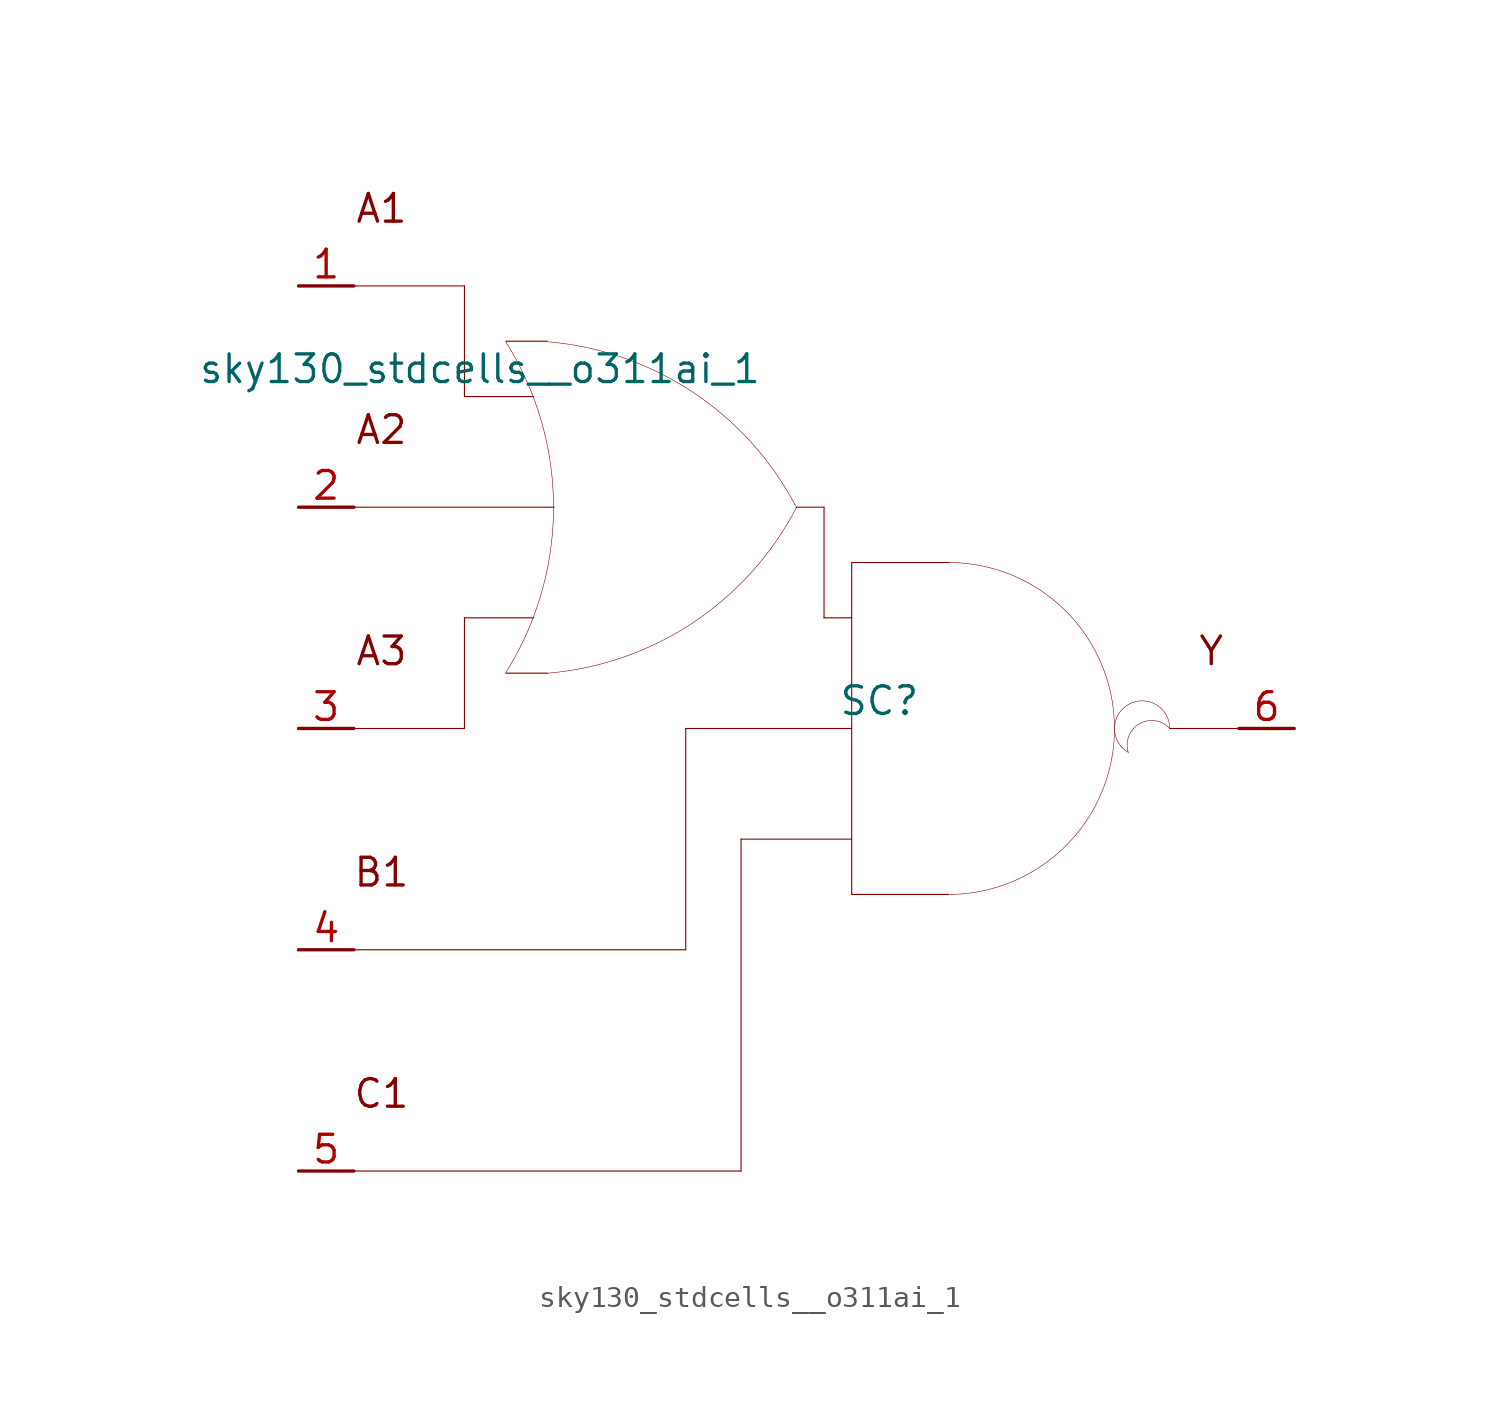
<source format=kicad_sym>
(kicad_symbol_lib
  (version 20211014)
  (generator kicad_symbol_editor)
  (symbol "sky130_stdcells__o311ai_1"
    (pin_names hide)
    (property "Reference" "SC"
      (at 3.81 1.27 0)
      (effects (font (size 1.27 1.27))))
    (property "Value" "sky130_stdcells__o311ai_1"
      (at -1.575 16.51 0)
      (effects (font (size 1.27 1.27)) (justify right)))
    (symbol "sky130_stdcells__o311ai_1_0_0"
      (arc (start -13.3555 2.5458) (mid -12.698 3.702) (end -12.1512 4.9144) (stroke (width 0.0254) (type default) (color 0 0 0 0)) (fill (type none)))
      (arc (start -12.1512 4.9144) (mid -11.7163 6.1845) (end -11.403 7.4899) (stroke (width 0.0254) (type default) (color 0 0 0 0)) (fill (type none)))
      (arc (start -12.133 15.3593) (mid -12.6812 16.5848) (end -13.3423 17.7532) (stroke (width 0.0254) (type default) (color 0 0 0 0)) (fill (type none)))
      (arc (start -11.435 2.5369) (mid -4.741 4.8614) (end -0.0041 10.1316) (stroke (width 0.0254) (type default) (color 0 0 0 0)) (fill (type none)))
      (arc (start -11.403 7.4899) (mid -11.2138 8.819) (end -11.1506 10.16) (stroke (width 0.0254) (type default) (color 0 0 0 0)) (fill (type none)))
      (arc (start -11.3984 12.8056) (mid -11.7061 14.0996) (end -12.133 15.3593) (stroke (width 0.0254) (type default) (color 0 0 0 0)) (fill (type none)))
      (arc (start -11.1506 10.16) (mid -11.2127 11.4886) (end -11.3984 12.8056) (stroke (width 0.0254) (type default) (color 0 0 0 0)) (fill (type none)))
      (polyline (pts (xy -20.32 -20.32) (xy -2.54 -20.32)) (stroke (width 0.051) (type default) (color 0 0 0 0)) (fill (type none)))
      (polyline (pts (xy -20.32 -10.16) (xy -5.08 -10.16)) (stroke (width 0.051) (type default) (color 0 0 0 0)) (fill (type none)))
      (polyline (pts (xy -20.32 0) (xy -15.24 0)) (stroke (width 0.051) (type default) (color 0 0 0 0)) (fill (type none)))
      (polyline (pts (xy -20.32 10.16) (xy -11.125 10.16)) (stroke (width 0.051) (type default) (color 0 0 0 0)) (fill (type none)))
      (polyline (pts (xy -20.32 20.32) (xy -15.24 20.32)) (stroke (width 0.051) (type default) (color 0 0 0 0)) (fill (type none)))
      (polyline (pts (xy -15.24 5.08) (xy -15.24 0)) (stroke (width 0.051) (type default) (color 0 0 0 0)) (fill (type none)))
      (polyline (pts (xy -15.24 5.08) (xy -12.065 5.08)) (stroke (width 0.051) (type default) (color 0 0 0 0)) (fill (type none)))
      (polyline (pts (xy -15.24 15.24) (xy -12.065 15.24)) (stroke (width 0.051) (type default) (color 0 0 0 0)) (fill (type none)))
      (polyline (pts (xy -15.24 20.32) (xy -15.24 15.24)) (stroke (width 0.051) (type default) (color 0 0 0 0)) (fill (type none)))
      (polyline (pts (xy -13.335 2.54) (xy -11.43 2.54)) (stroke (width 0.051) (type default) (color 0 0 0 0)) (fill (type none)))
      (polyline (pts (xy -13.335 17.78) (xy -11.43 17.78)) (stroke (width 0.051) (type default) (color 0 0 0 0)) (fill (type none)))
      (polyline (pts (xy -5.08 0) (xy -5.08 -10.16)) (stroke (width 0.051) (type default) (color 0 0 0 0)) (fill (type none)))
      (polyline (pts (xy -5.08 0) (xy 2.54 0)) (stroke (width 0.051) (type default) (color 0 0 0 0)) (fill (type none)))
      (polyline (pts (xy -2.54 -5.08) (xy -2.54 -20.32)) (stroke (width 0.051) (type default) (color 0 0 0 0)) (fill (type none)))
      (polyline (pts (xy -2.54 -5.08) (xy 2.54 -5.08)) (stroke (width 0.051) (type default) (color 0 0 0 0)) (fill (type none)))
      (polyline (pts (xy 0 10.16) (xy 1.27 10.16)) (stroke (width 0.051) (type default) (color 0 0 0 0)) (fill (type none)))
      (polyline (pts (xy 1.27 5.08) (xy 2.54 5.08)) (stroke (width 0.051) (type default) (color 0 0 0 0)) (fill (type none)))
      (polyline (pts (xy 1.27 10.16) (xy 1.27 5.08)) (stroke (width 0.051) (type default) (color 0 0 0 0)) (fill (type none)))
      (polyline (pts (xy 2.54 -7.62) (xy 6.985 -7.62)) (stroke (width 0.051) (type default) (color 0 0 0 0)) (fill (type none)))
      (polyline (pts (xy 2.54 7.62) (xy 2.54 -7.62)) (stroke (width 0.051) (type default) (color 0 0 0 0)) (fill (type none)))
      (polyline (pts (xy 2.54 7.62) (xy 6.985 7.62)) (stroke (width 0.051) (type default) (color 0 0 0 0)) (fill (type none)))
      (polyline (pts (xy 17.145 0) (xy 20.32 0)) (stroke (width 0.051) (type default) (color 0 0 0 0)) (fill (type none)))
      (arc (start 0.0187 10.119) (mid -4.6998 15.4056) (end -11.3856 17.7535) (stroke (width 0.0254) (type default) (color 0 0 0 0)) (fill (type none)))
      (arc (start 6.985 -7.62) (mid 8.9572 -7.3604) (end 10.795 -6.5991) (stroke (width 0.0254) (type default) (color 0 0 0 0)) (fill (type none)))
      (arc (start 10.795 -6.5991) (mid 12.3731 -5.3881) (end 13.5841 -3.81) (stroke (width 0.0254) (type default) (color 0 0 0 0)) (fill (type none)))
      (arc (start 10.795 6.5991) (mid 8.9572 7.3603) (end 6.985 7.62) (stroke (width 0.0254) (type default) (color 0 0 0 0)) (fill (type none)))
      (arc (start 13.5841 -3.81) (mid 14.3453 -1.9722) (end 14.605 0) (stroke (width 0.0254) (type default) (color 0 0 0 0)) (fill (type none)))
      (arc (start 13.5841 3.81) (mid 12.3731 5.3881) (end 10.795 6.5991) (stroke (width 0.0254) (type default) (color 0 0 0 0)) (fill (type none)))
      (arc (start 14.605 0) (mid 14.3454 1.9722) (end 13.5841 3.81) (stroke (width 0.0254) (type default) (color 0 0 0 0)) (fill (type none)))
      (arc (start 15.24 1.0999) (mid 14.605 0) (end 15.24 -1.0999) (stroke (width 0.0254) (type default) (color 0 0 0 0)) (fill (type none)))
      (arc (start 17.145 0) (mid 15.2881 0.4743) (end 15.24 -1.0999) (stroke (width 0.0254) (type default) (color 0 0 0 0)) (fill (type none)))
      (arc (start 17.145 0) (mid 16.51 1.0998) (end 15.24 1.0999) (stroke (width 0.0254) (type default) (color 0 0 0 0)) (fill (type none)))
      (text "A1" (at -19.05 23.876 0) (effects (font (size 1.27 1.27))))
      (text "A2" (at -19.05 13.716 0) (effects (font (size 1.27 1.27))))
      (text "A3" (at -19.05 3.556 0) (effects (font (size 1.27 1.27))))
      (text "B1" (at -19.05 -6.604 0) (effects (font (size 1.27 1.27))))
      (text "C1" (at -19.05 -16.764 0) (effects (font (size 1.27 1.27))))
      (text "Y" (at 19.05 3.556 0) (effects (font (size 1.27 1.27)))))
    (symbol "sky130_stdcells__o311ai_1_1_1"
      (pin input line (at -22.86 20.32 0) (length 2.54) (name "A1" (effects (font (size 1.092 1.092)))) (number "1" (effects (font (size 1.27 1.27)))))
      (pin input line (at -22.86 10.16 0) (length 2.54) (name "A2" (effects (font (size 1.092 1.092)))) (number "2" (effects (font (size 1.27 1.27)))))
      (pin input line (at -22.86 0 0) (length 2.54) (name "A3" (effects (font (size 1.092 1.092)))) (number "3" (effects (font (size 1.27 1.27)))))
      (pin input line (at -22.86 -10.16 0) (length 2.54) (name "B1" (effects (font (size 1.092 1.092)))) (number "4" (effects (font (size 1.27 1.27)))))
      (pin input line (at -22.86 -20.32 0) (length 2.54) (name "C1" (effects (font (size 1.092 1.092)))) (number "5" (effects (font (size 1.27 1.27)))))
      (pin output line (at 22.86 0 180) (length 2.54) (name "Y" (effects (font (size 1.092 1.092)))) (number "6" (effects (font (size 1.27 1.27))))))))
</source>
